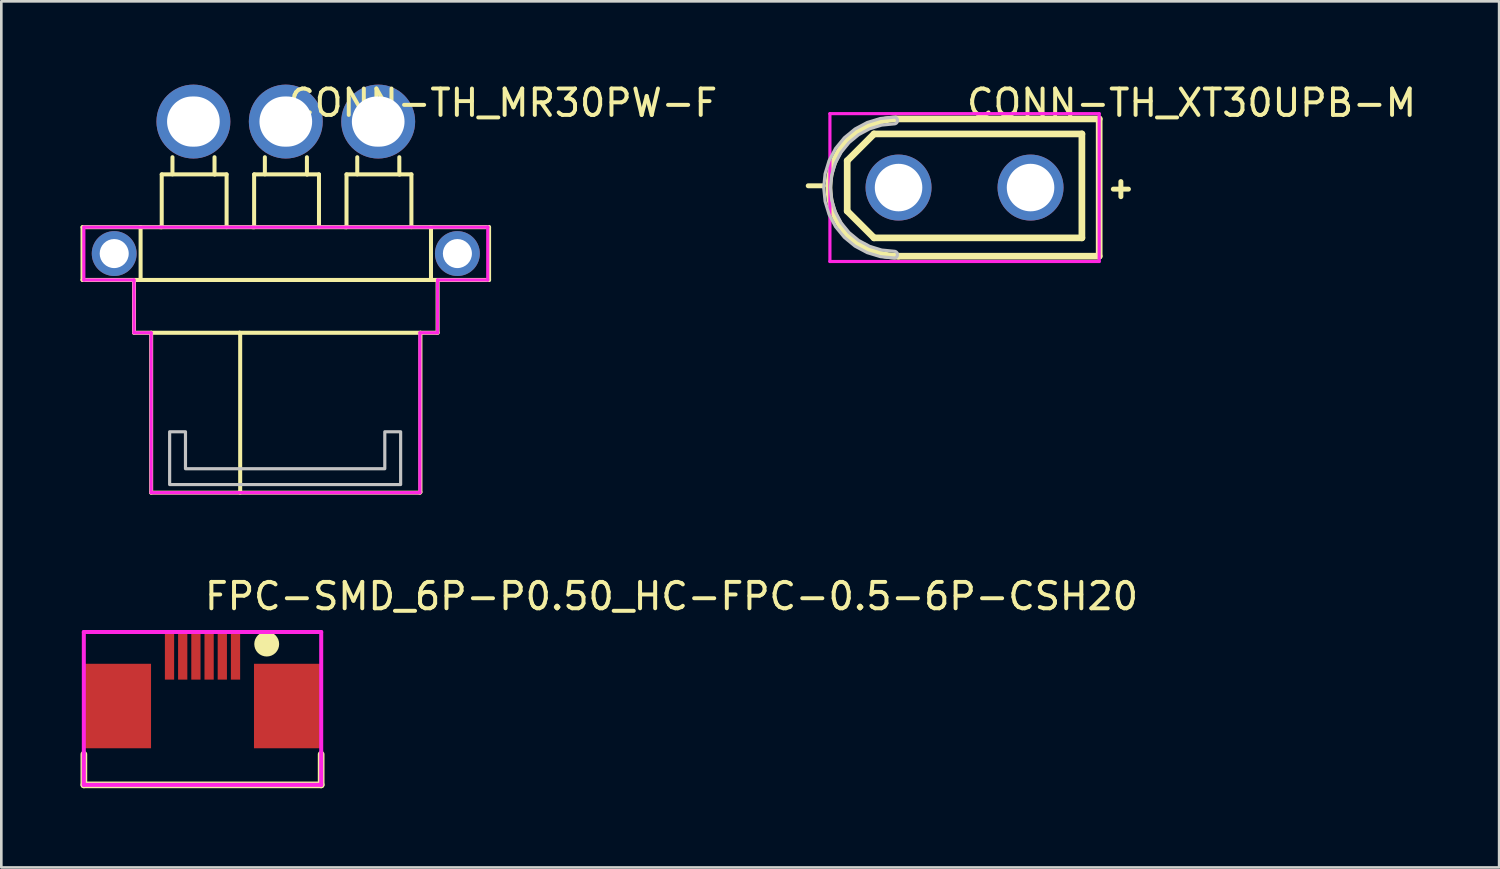
<source format=kicad_pcb>
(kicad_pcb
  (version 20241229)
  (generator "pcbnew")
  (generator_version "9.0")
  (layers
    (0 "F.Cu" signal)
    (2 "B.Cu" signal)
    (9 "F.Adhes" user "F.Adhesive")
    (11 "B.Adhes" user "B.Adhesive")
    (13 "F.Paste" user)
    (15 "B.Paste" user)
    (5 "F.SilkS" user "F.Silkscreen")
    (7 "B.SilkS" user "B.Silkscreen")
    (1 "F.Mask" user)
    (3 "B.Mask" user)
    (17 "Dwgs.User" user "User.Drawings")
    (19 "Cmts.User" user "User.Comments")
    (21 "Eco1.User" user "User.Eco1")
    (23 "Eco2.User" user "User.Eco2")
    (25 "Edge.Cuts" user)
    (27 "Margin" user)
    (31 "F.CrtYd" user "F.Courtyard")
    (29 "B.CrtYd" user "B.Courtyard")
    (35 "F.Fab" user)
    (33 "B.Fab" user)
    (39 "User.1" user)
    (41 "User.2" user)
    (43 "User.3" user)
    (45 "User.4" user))
  (footprint "FPC-SMD_6P-P0.50_HC-FPC-0.5-6P-CSH20"
    (layer "F.Cu")
    (at 4.621 22.744)
    (property "Reference" "FPC-SMD_6P-P0.50_HC-FPC-0.5-6P-CSH20" (at 0 -3.207 0) (layer "F.SilkS") (effects (font (size 1 1) (thickness 0.15)) (justify left)))
    (attr through_hole)
    (fp_line (start -4.494 3.937) (end -4.494 2.777) (stroke (width 0.254) (type solid)) (layer "F.SilkS"))
    (fp_line (start 4.494 2.777) (end 4.494 3.937) (stroke (width 0.254) (type solid)) (layer "F.SilkS"))
    (fp_line (start 4.494 3.937) (end -4.494 3.937) (stroke (width 0.254) (type solid)) (layer "F.SilkS"))
    (fp_poly (pts (xy 2.843 -1.397) (xy 2.835 -1.477) (xy 2.812 -1.554) (xy 2.774 -1.625) (xy 2.723 -1.688) (xy 2.66 -1.739) (xy 2.589 -1.777) (xy 2.512 -1.8) (xy 2.432 -1.808) (xy 2.352 -1.8) (xy 2.275 -1.777) (xy 2.204 -1.739) (xy 2.141 -1.688) (xy 2.09 -1.625) (xy 2.052 -1.554) (xy 2.029 -1.477) (xy 2.021 -1.397) (xy 2.029 -1.317) (xy 2.052 -1.24) (xy 2.09 -1.169) (xy 2.141 -1.106) (xy 2.204 -1.055) (xy 2.275 -1.017) (xy 2.352 -0.994) (xy 2.432 -0.986) (xy 2.512 -0.994) (xy 2.589 -1.017) (xy 2.66 -1.055) (xy 2.723 -1.106) (xy 2.774 -1.169) (xy 2.812 -1.24) (xy 2.835 -1.317) (xy 2.843 -1.397)) (stroke (width 0.12) (type solid)) (fill yes) (layer "F.SilkS"))
    (fp_line (start -4.496 -1.854) (end 4.496 -1.854) (stroke (width 0.152) (type solid)) (layer "F.CrtYd"))
    (fp_line (start -4.496 3.937) (end -4.496 -1.854) (stroke (width 0.152) (type solid)) (layer "F.CrtYd"))
    (fp_line (start 4.496 -1.854) (end 4.496 3.937) (stroke (width 0.152) (type solid)) (layer "F.CrtYd"))
    (fp_line (start 4.496 3.937) (end -4.496 3.937) (stroke (width 0.152) (type solid)) (layer "F.CrtYd"))
    (pad "1" smd rect (at 1.25 -0.95) (size 0.35 1.8) (layers "F.Cu" "F.Mask" "F.Paste"))
    (pad "2" smd rect (at 0.75 -0.95) (size 0.35 1.8) (layers "F.Cu" "F.Mask" "F.Paste"))
    (pad "3" smd rect (at 0.25 -0.95) (size 0.35 1.8) (layers "F.Cu" "F.Mask" "F.Paste"))
    (pad "4" smd rect (at -0.25 -0.95) (size 0.35 1.8) (layers "F.Cu" "F.Mask" "F.Paste"))
    (pad "5" smd rect (at -0.75 -0.95) (size 0.35 1.8) (layers "F.Cu" "F.Mask" "F.Paste"))
    (pad "6" smd rect (at -1.25 -0.95) (size 0.35 1.8) (layers "F.Cu" "F.Mask" "F.Paste"))
    (pad "7" smd rect (at -3.2 0.95) (size 2.5 3.2) (layers "F.Cu" "F.Mask" "F.Paste"))
    (pad "8" smd rect (at 3.2 0.95) (size 2.5 3.2) (layers "F.Cu" "F.Mask" "F.Paste")))
  (footprint "CONN-TH_MR30PW-F"
    (layer "F.Cu")
    (at 7.776 4.055)
    (property "Reference" "CONN-TH_MR30PW-F" (at 0 -3.207 0) (layer "F.SilkS") (effects (font (size 1 1) (thickness 0.15)) (justify left)))
    (attr through_hole)
    (fp_line (start -7.7 1.5) (end -5.5 1.5) (stroke (width 0.152) (type solid)) (layer "F.SilkS"))
    (fp_line (start -7.7 3.5) (end -7.7 1.5) (stroke (width 0.152) (type solid)) (layer "F.SilkS"))
    (fp_line (start -5.75 3.5) (end -7.7 3.5) (stroke (width 0.152) (type solid)) (layer "F.SilkS"))
    (fp_line (start -5.75 3.5) (end -5.75 5.5) (stroke (width 0.152) (type solid)) (layer "F.SilkS"))
    (fp_line (start -5.75 5.5) (end -5.1 5.5) (stroke (width 0.152) (type solid)) (layer "F.SilkS"))
    (fp_line (start -5.5 1.5) (end 5.5 1.5) (stroke (width 0.152) (type solid)) (layer "F.SilkS"))
    (fp_line (start -5.5 3.5) (end -5.75 3.5) (stroke (width 0.152) (type solid)) (layer "F.SilkS"))
    (fp_line (start -5.5 3.5) (end -5.5 1.5) (stroke (width 0.152) (type solid)) (layer "F.SilkS"))
    (fp_line (start -5.1 5.5) (end -5.1 11.557) (stroke (width 0.152) (type solid)) (layer "F.SilkS"))
    (fp_line (start -5.1 5.5) (end -1.75 5.5) (stroke (width 0.152) (type solid)) (layer "F.SilkS"))
    (fp_line (start -5.1 11.557) (end 5.08 11.557) (stroke (width 0.152) (type solid)) (layer "F.SilkS"))
    (fp_line (start -4.764 1.5) (end -4.7 1.5) (stroke (width 0.152) (type solid)) (layer "F.SilkS"))
    (fp_line (start -4.7 -0.5) (end -2.242 -0.5) (stroke (width 0.152) (type solid)) (layer "F.SilkS"))
    (fp_line (start -4.7 1.5) (end -4.7 -0.5) (stroke (width 0.152) (type solid)) (layer "F.SilkS"))
    (fp_line (start -4.293 -0.5) (end -4.293 -1.15) (stroke (width 0.152) (type solid)) (layer "F.SilkS"))
    (fp_line (start -2.7 -1.15) (end -2.7 -0.5) (stroke (width 0.152) (type solid)) (layer "F.SilkS"))
    (fp_line (start -2.7 -0.5) (end -2.675 -0.5) (stroke (width 0.152) (type solid)) (layer "F.SilkS"))
    (fp_line (start -2.242 -0.5) (end -2.242 1.5) (stroke (width 0.152) (type solid)) (layer "F.SilkS"))
    (fp_line (start -1.75 5.5) (end -1.728 5.522) (stroke (width 0.152) (type solid)) (layer "F.SilkS"))
    (fp_line (start -1.75 5.5) (end 5.1 5.5) (stroke (width 0.152) (type solid)) (layer "F.SilkS"))
    (fp_line (start -1.728 5.522) (end -1.728 11.557) (stroke (width 0.152) (type solid)) (layer "F.SilkS"))
    (fp_line (start -1.264 1.5) (end -1.2 1.5) (stroke (width 0.152) (type solid)) (layer "F.SilkS"))
    (fp_line (start -1.2 -0.5) (end 1.257 -0.5) (stroke (width 0.152) (type solid)) (layer "F.SilkS"))
    (fp_line (start -1.2 1.5) (end -1.2 -0.5) (stroke (width 0.152) (type solid)) (layer "F.SilkS"))
    (fp_line (start -0.793 -0.5) (end -0.793 -1.15) (stroke (width 0.152) (type solid)) (layer "F.SilkS"))
    (fp_line (start 0.8 -1.15) (end 0.8 -0.5) (stroke (width 0.152) (type solid)) (layer "F.SilkS"))
    (fp_line (start 0.8 -0.5) (end 0.825 -0.5) (stroke (width 0.152) (type solid)) (layer "F.SilkS"))
    (fp_line (start 1.257 -0.5) (end 1.257 1.5) (stroke (width 0.152) (type solid)) (layer "F.SilkS"))
    (fp_line (start 2.236 1.5) (end 2.3 1.5) (stroke (width 0.152) (type solid)) (layer "F.SilkS"))
    (fp_line (start 2.3 -0.5) (end 4.758 -0.5) (stroke (width 0.152) (type solid)) (layer "F.SilkS"))
    (fp_line (start 2.3 1.5) (end 2.3 -0.5) (stroke (width 0.152) (type solid)) (layer "F.SilkS"))
    (fp_line (start 2.707 -0.5) (end 2.707 -1.15) (stroke (width 0.152) (type solid)) (layer "F.SilkS"))
    (fp_line (start 4.3 -1.15) (end 4.3 -0.5) (stroke (width 0.152) (type solid)) (layer "F.SilkS"))
    (fp_line (start 4.3 -0.5) (end 4.325 -0.5) (stroke (width 0.152) (type solid)) (layer "F.SilkS"))
    (fp_line (start 4.758 -0.5) (end 4.758 1.5) (stroke (width 0.152) (type solid)) (layer "F.SilkS"))
    (fp_line (start 5.08 11.557) (end 5.1 11.537) (stroke (width 0.152) (type solid)) (layer "F.SilkS"))
    (fp_line (start 5.1 5.5) (end 5.75 5.5) (stroke (width 0.152) (type solid)) (layer "F.SilkS"))
    (fp_line (start 5.1 11.537) (end 5.1 5.5) (stroke (width 0.152) (type solid)) (layer "F.SilkS"))
    (fp_line (start 5.5 1.5) (end 7.7 1.5) (stroke (width 0.152) (type solid)) (layer "F.SilkS"))
    (fp_line (start 5.5 3.5) (end -5.5 3.5) (stroke (width 0.152) (type solid)) (layer "F.SilkS"))
    (fp_line (start 5.5 3.5) (end 5.5 1.5) (stroke (width 0.152) (type solid)) (layer "F.SilkS"))
    (fp_line (start 5.75 3.5) (end 5.5 3.5) (stroke (width 0.152) (type solid)) (layer "F.SilkS"))
    (fp_line (start 5.75 5.5) (end 5.75 3.5) (stroke (width 0.152) (type solid)) (layer "F.SilkS"))
    (fp_line (start 7.7 1.5) (end 7.7 3.5) (stroke (width 0.152) (type solid)) (layer "F.SilkS"))
    (fp_line (start 7.7 3.5) (end 5.75 3.5) (stroke (width 0.152) (type solid)) (layer "F.SilkS"))
    (fp_poly (pts (xy -4.4 9.25) (xy -4.4 11.25) (xy 4.35 11.25) (xy 4.35 9.25) (xy 3.75 9.25) (xy 3.75 10.65) (xy -3.8 10.65) (xy -3.8 9.25)) (stroke (width 0.12) (type solid)) (fill no) (layer "Dwgs.User"))
    (fp_line (start -4.75 -0.5) (end -4.3 -0.5) (stroke (width 0.12) (type solid)) (layer "Eco2.User"))
    (fp_line (start -4.75 1.6) (end -4.75 -0.5) (stroke (width 0.12) (type solid)) (layer "Eco2.User"))
    (fp_line (start -4.3 -3.3) (end -2.7 -3.3) (stroke (width 0.12) (type solid)) (layer "Eco2.User"))
    (fp_line (start -4.3 -0.5) (end -4.3 -3.3) (stroke (width 0.12) (type solid)) (layer "Eco2.User"))
    (fp_line (start -2.7 -3.3) (end -2.7 -0.5) (stroke (width 0.12) (type solid)) (layer "Eco2.User"))
    (fp_line (start -2.7 -0.5) (end -2.25 -0.5) (stroke (width 0.12) (type solid)) (layer "Eco2.User"))
    (fp_line (start -2.25 -0.5) (end -2.25 1.6) (stroke (width 0.12) (type solid)) (layer "Eco2.User"))
    (fp_line (start -2.25 1.6) (end -4.75 1.6) (stroke (width 0.12) (type solid)) (layer "Eco2.User"))
    (fp_line (start -1.25 -0.5) (end -0.8 -0.5) (stroke (width 0.12) (type solid)) (layer "Eco2.User"))
    (fp_line (start -1.25 1.6) (end -1.25 -0.5) (stroke (width 0.12) (type solid)) (layer "Eco2.User"))
    (fp_line (start -0.8 -3.3) (end 0.8 -3.3) (stroke (width 0.12) (type solid)) (layer "Eco2.User"))
    (fp_line (start -0.8 -0.5) (end -0.8 -3.3) (stroke (width 0.12) (type solid)) (layer "Eco2.User"))
    (fp_line (start 0.8 -3.3) (end 0.8 -0.5) (stroke (width 0.12) (type solid)) (layer "Eco2.User"))
    (fp_line (start 0.8 -0.5) (end 1.25 -0.5) (stroke (width 0.12) (type solid)) (layer "Eco2.User"))
    (fp_line (start 1.25 -0.5) (end 1.25 1.6) (stroke (width 0.12) (type solid)) (layer "Eco2.User"))
    (fp_line (start 1.25 1.6) (end -1.25 1.6) (stroke (width 0.12) (type solid)) (layer "Eco2.User"))
    (fp_line (start 2.25 -0.5) (end 2.7 -0.5) (stroke (width 0.12) (type solid)) (layer "Eco2.User"))
    (fp_line (start 2.25 1.6) (end 2.25 -0.5) (stroke (width 0.12) (type solid)) (layer "Eco2.User"))
    (fp_line (start 2.7 -3.3) (end 4.3 -3.3) (stroke (width 0.12) (type solid)) (layer "Eco2.User"))
    (fp_line (start 2.7 -0.5) (end 2.7 -3.3) (stroke (width 0.12) (type solid)) (layer "Eco2.User"))
    (fp_line (start 4.3 -3.3) (end 4.3 -0.5) (stroke (width 0.12) (type solid)) (layer "Eco2.User"))
    (fp_line (start 4.3 -0.5) (end 4.75 -0.5) (stroke (width 0.12) (type solid)) (layer "Eco2.User"))
    (fp_line (start 4.75 -0.5) (end 4.75 1.6) (stroke (width 0.12) (type solid)) (layer "Eco2.User"))
    (fp_line (start 4.75 1.6) (end 2.25 1.6) (stroke (width 0.12) (type solid)) (layer "Eco2.User"))
    (fp_circle (center -7.65 -3.3) (end -7.62 -3.3) (stroke (width 0.06) (type solid)) (fill no) (layer "Eco2.User"))
    (fp_circle (center -6.5 2.5) (end -6.3 2.5) (stroke (width 0.4) (type solid)) (fill no) (layer "Eco2.User"))
    (fp_circle (center -3.5 -2.5) (end -3.1 -2.5) (stroke (width 0.8) (type solid)) (fill no) (layer "Eco2.User"))
    (fp_circle (center 0 -2.5) (end 0.4 -2.5) (stroke (width 0.8) (type solid)) (fill no) (layer "Eco2.User"))
    (fp_circle (center 3.5 -2.5) (end 3.9 -2.5) (stroke (width 0.8) (type solid)) (fill no) (layer "Eco2.User"))
    (fp_circle (center 6.5 2.5) (end 6.7 2.5) (stroke (width 0.4) (type solid)) (fill no) (layer "Eco2.User"))
    (fp_line (start -7.65 1.5) (end -7.65 3.5) (stroke (width 0.12) (type solid)) (layer "F.CrtYd"))
    (fp_line (start -7.65 3.5) (end -5.75 3.5) (stroke (width 0.12) (type solid)) (layer "F.CrtYd"))
    (fp_line (start -5.75 3.5) (end -5.75 5.5) (stroke (width 0.12) (type solid)) (layer "F.CrtYd"))
    (fp_line (start -5.75 5.5) (end -5.1 5.5) (stroke (width 0.12) (type solid)) (layer "F.CrtYd"))
    (fp_line (start -5.1 5.5) (end -5.1 11.557) (stroke (width 0.12) (type solid)) (layer "F.CrtYd"))
    (fp_line (start -5.1 11.557) (end 5.08 11.557) (stroke (width 0.12) (type solid)) (layer "F.CrtYd"))
    (fp_line (start 5.08 5.5) (end 5.75 5.5) (stroke (width 0.12) (type solid)) (layer "F.CrtYd"))
    (fp_line (start 5.08 11.557) (end 5.08 5.5) (stroke (width 0.12) (type solid)) (layer "F.CrtYd"))
    (fp_line (start 5.75 3.5) (end 7.65 3.5) (stroke (width 0.12) (type solid)) (layer "F.CrtYd"))
    (fp_line (start 5.75 5.5) (end 5.75 3.5) (stroke (width 0.12) (type solid)) (layer "F.CrtYd"))
    (fp_line (start 7.65 1.5) (end -7.65 1.5) (stroke (width 0.12) (type solid)) (layer "F.CrtYd"))
    (fp_line (start 7.65 1.5) (end 7.65 1.5) (stroke (width 0.12) (type solid)) (layer "F.CrtYd"))
    (fp_line (start 7.65 3.5) (end 7.65 1.5) (stroke (width 0.12) (type solid)) (layer "F.CrtYd"))
    (pad "1" thru_hole circle (at -3.5 -2.5 180) (size 2.8 2.8) (drill oval 1.995 1.9) (layers "*.Cu" "*.Mask"))
    (pad "2" thru_hole circle (at 0 -2.5 180) (size 2.8 2.8) (drill oval 1.995 1.9) (layers "*.Cu" "*.Mask"))
    (pad "3" thru_hole circle (at 3.5 -2.5 180) (size 2.8 2.8) (drill oval 1.995 1.9) (layers "*.Cu" "*.Mask"))
    (pad "4" thru_hole circle (at 6.5 2.5 180) (size 1.7 1.7) (drill oval 1.1) (layers "*.Cu" "*.Mask"))
    (pad "5" thru_hole circle (at -6.5 2.5 180) (size 1.7 1.7) (drill oval 1.1) (layers "*.Cu" "*.Mask")))
  (footprint "CONN-TH_XT30UPB-M"
    (layer "F.Cu")
    (at 33.487 4.055)
    (property "Reference" "CONN-TH_XT30UPB-M" (at 0 -3.207 0) (layer "F.SilkS") (effects (font (size 1 1) (thickness 0.15)) (justify left)))
    (attr through_hole)
    (fp_line (start -4.445 -1.016) (end -3.429 -2.032) (stroke (width 0.254) (type solid)) (layer "F.SilkS"))
    (fp_line (start -4.445 0.889) (end -4.445 -1.016) (stroke (width 0.254) (type solid)) (layer "F.SilkS"))
    (fp_line (start -3.429 -2.032) (end 4.445 -2.032) (stroke (width 0.254) (type solid)) (layer "F.SilkS"))
    (fp_line (start -3.429 1.905) (end -4.445 0.889) (stroke (width 0.254) (type solid)) (layer "F.SilkS"))
    (fp_line (start -2.597 -2.6) (end 5.1 -2.6) (stroke (width 0.254) (type solid)) (layer "F.SilkS"))
    (fp_line (start 4.445 -2.032) (end 4.445 1.905) (stroke (width 0.254) (type solid)) (layer "F.SilkS"))
    (fp_line (start 4.445 1.905) (end -3.429 1.905) (stroke (width 0.254) (type solid)) (layer "F.SilkS"))
    (fp_line (start 5.1 -2.6) (end 5.1 2.6) (stroke (width 0.254) (type solid)) (layer "F.SilkS"))
    (fp_line (start 5.1 2.6) (end -2.506 2.6) (stroke (width 0.254) (type solid)) (layer "F.SilkS"))
    (fp_arc (start -2.506 2.6) (mid -5.14388 0.04546) (end -2.596919 -2.599739) (stroke (width 0.254) (type solid)) (layer "F.SilkS"))
    (fp_poly (pts (xy -2.667 -2.413) (xy -3.138 -2.367) (xy -3.59 -2.229) (xy -4.008 -2.006) (xy -4.373 -1.706) (xy -4.673 -1.341) (xy -4.896 -0.923) (xy -5.034 -0.471) (xy -5.08 0) (xy -5.034 0.471) (xy -4.896 0.923) (xy -4.673 1.341) (xy -4.373 1.706) (xy -4.008 2.006) (xy -3.59 2.229) (xy -3.138 2.367) (xy -2.667 2.413) (xy -2.642 2.415) (xy -2.618 2.423) (xy -2.596 2.434) (xy -2.577 2.45) (xy -2.561 2.469) (xy -2.55 2.491) (xy -2.542 2.515) (xy -2.54 2.54) (xy -2.542 2.565) (xy -2.55 2.589) (xy -2.561 2.611) (xy -2.577 2.63) (xy -2.596 2.646) (xy -2.618 2.657) (xy -2.642 2.665) (xy -2.667 2.667) (xy -3.187 2.616) (xy -3.688 2.464) (xy -4.149 2.218) (xy -4.553 1.886) (xy -4.885 1.482) (xy -5.131 1.021) (xy -5.283 0.52) (xy -5.334 0) (xy -5.283 -0.52) (xy -5.131 -1.021) (xy -4.885 -1.482) (xy -4.553 -1.886) (xy -4.149 -2.218) (xy -3.688 -2.464) (xy -3.187 -2.616) (xy -2.667 -2.667) (xy -2.642 -2.665) (xy -2.618 -2.657) (xy -2.596 -2.646) (xy -2.577 -2.63) (xy -2.561 -2.611) (xy -2.55 -2.589) (xy -2.542 -2.565) (xy -2.54 -2.54) (xy -2.542 -2.515) (xy -2.55 -2.491) (xy -2.561 -2.469) (xy -2.577 -2.45) (xy -2.596 -2.434) (xy -2.618 -2.423) (xy -2.642 -2.415) (xy -2.667 -2.413)) (stroke (width 0.12) (type solid)) (fill no) (layer "Dwgs.User"))
    (fp_circle (center -5.1 2.8) (end -5.07 2.8) (stroke (width 0.06) (type solid)) (fill no) (layer "Eco2.User"))
    (fp_circle (center -2.5 0) (end -2.1 0) (stroke (width 0.8) (type solid)) (fill no) (layer "Eco2.User"))
    (fp_circle (center 2.5 0) (end 2.9 0) (stroke (width 0.8) (type solid)) (fill no) (layer "Eco2.User"))
    (fp_line (start -5.1 -2.8) (end 5.1 -2.8) (stroke (width 0.12) (type solid)) (layer "F.CrtYd"))
    (fp_line (start -5.1 2.8) (end -5.1 -2.8) (stroke (width 0.12) (type solid)) (layer "F.CrtYd"))
    (fp_line (start 5.1 -2.8) (end 5.1 2.8) (stroke (width 0.12) (type solid)) (layer "F.CrtYd"))
    (fp_line (start 5.1 2.8) (end -5.1 2.8) (stroke (width 0.12) (type solid)) (layer "F.CrtYd"))
    (fp_text user "+" (at 5.334 0.008 0) (layer "F.SilkS") (effects (font (size 0.75 0.75) (thickness 0.203)) (justify left)))
    (fp_text user "-" (at -6.223 -0.119 0) (layer "F.SilkS") (effects (font (size 0.75 0.75) (thickness 0.203)) (justify left)))
    (pad "1" thru_hole circle (at -2.5 0) (size 2.5 2.5) (drill 1.8) (layers "*.Cu" "*.Mask"))
    (pad "2" thru_hole circle (at 2.5 0) (size 2.5 2.5) (drill 1.8) (layers "*.Cu" "*.Mask")))
  (gr_rect
    (start -3 -3)
    (end 53.737 29.808)
    (stroke (width 0.1) (type default))
    (fill no)
    (layer "Edge.Cuts")))
</source>
